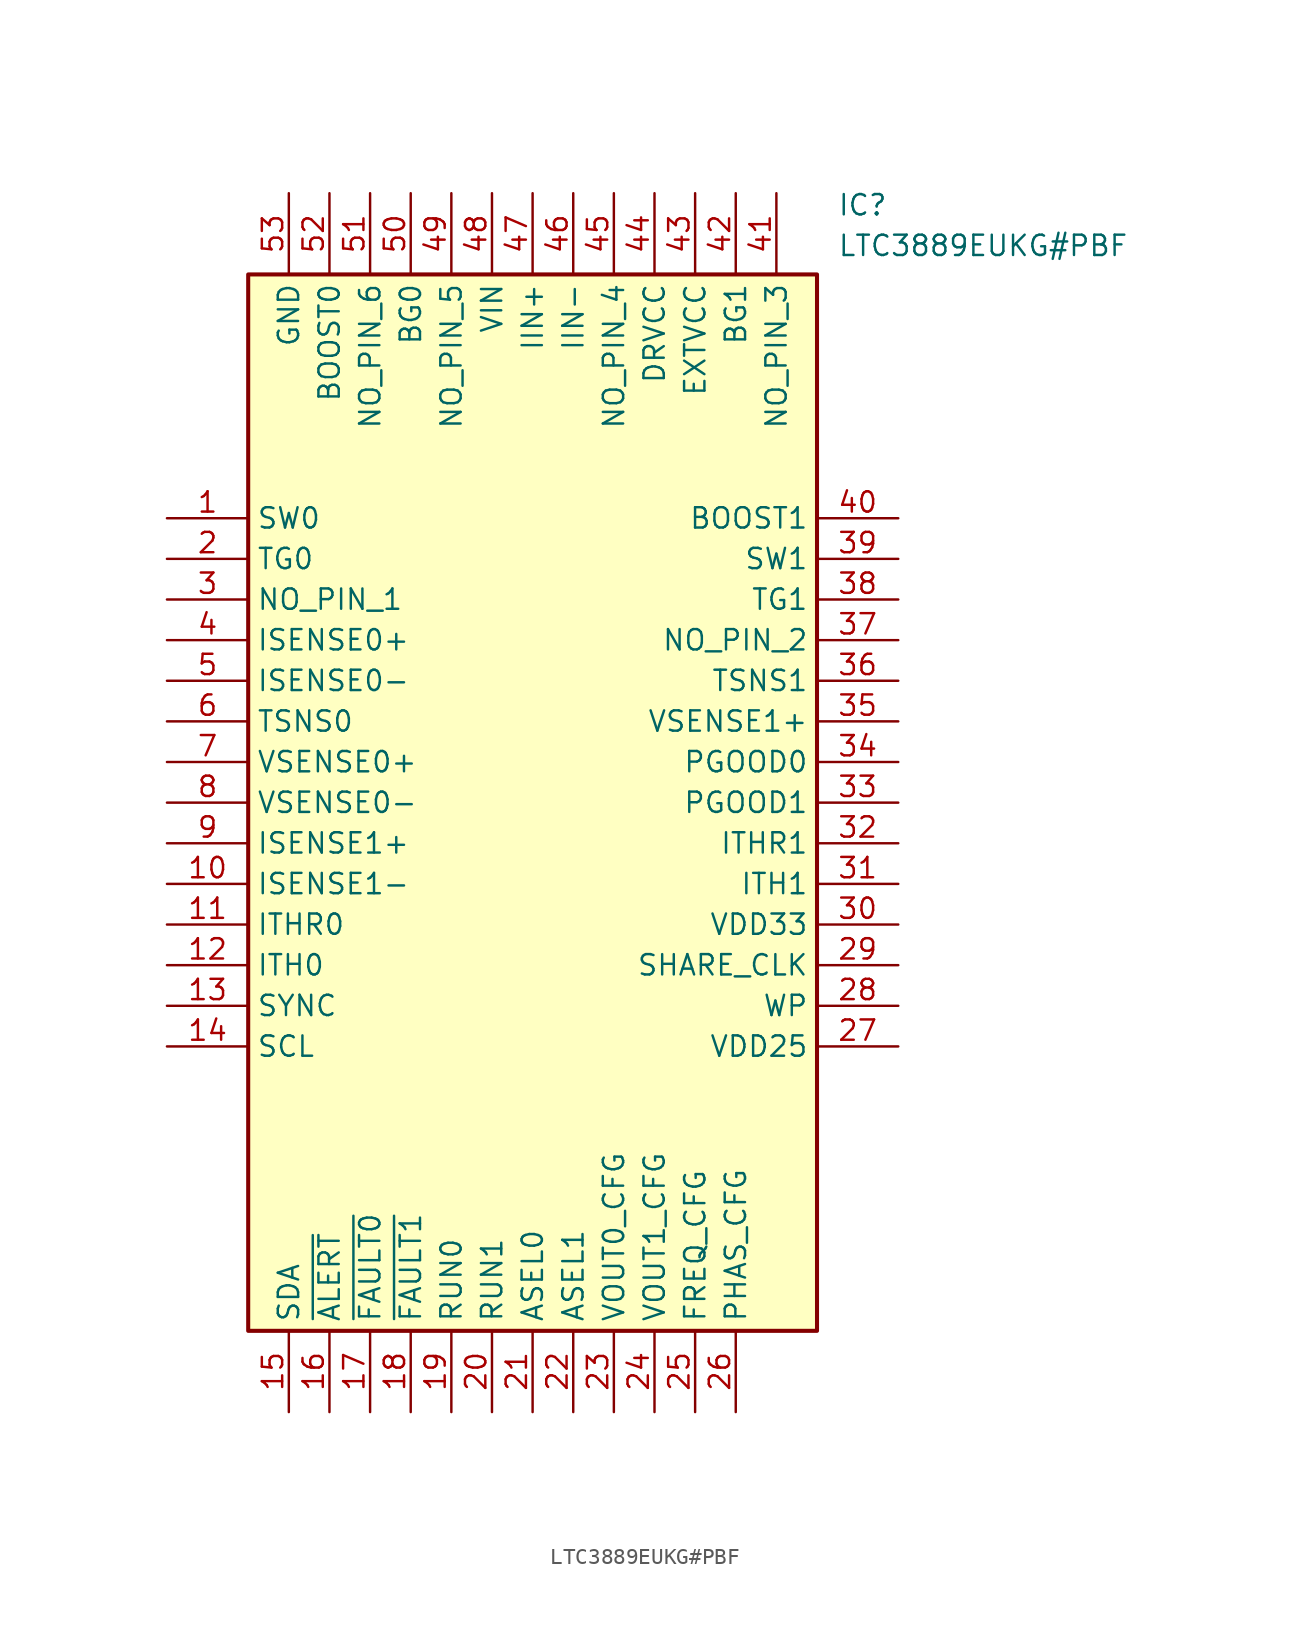
<source format=kicad_sym>
(kicad_symbol_lib
  (version 20211014)
  (generator SamacSys_ECAD_Model)
  (symbol "LTC3889EUKG#PBF"
    (property "Reference" "IC"
      (at 41.91 20.32 0)
      (effects (font (size 1.27 1.27)) (justify left top)))
    (property "Value" "LTC3889EUKG#PBF"
      (at 41.91 17.78 0)
      (effects (font (size 1.27 1.27)) (justify left top)))
    (rectangle
      (start 5.08 15.24)
      (end 40.64 -50.8)
      (stroke (width 0.254) (type default))
      (fill (type background)))
    (pin passive line
      (at 0 0 0)
      (length 5.08)
      (name "SW0" (effects (font (size 1.27 1.27))))
      (number "1" (effects (font (size 1.27 1.27)))))
    (pin passive line
      (at 0 -2.54 0)
      (length 5.08)
      (name "TG0" (effects (font (size 1.27 1.27))))
      (number "2" (effects (font (size 1.27 1.27)))))
    (pin passive line
      (at 0 -5.08 0)
      (length 5.08)
      (name "NO_PIN_1" (effects (font (size 1.27 1.27))))
      (number "3" (effects (font (size 1.27 1.27)))))
    (pin passive line
      (at 0 -7.62 0)
      (length 5.08)
      (name "ISENSE0+" (effects (font (size 1.27 1.27))))
      (number "4" (effects (font (size 1.27 1.27)))))
    (pin passive line
      (at 0 -10.16 0)
      (length 5.08)
      (name "ISENSE0-" (effects (font (size 1.27 1.27))))
      (number "5" (effects (font (size 1.27 1.27)))))
    (pin passive line
      (at 0 -12.7 0)
      (length 5.08)
      (name "TSNS0" (effects (font (size 1.27 1.27))))
      (number "6" (effects (font (size 1.27 1.27)))))
    (pin passive line
      (at 0 -15.24 0)
      (length 5.08)
      (name "VSENSE0+" (effects (font (size 1.27 1.27))))
      (number "7" (effects (font (size 1.27 1.27)))))
    (pin passive line
      (at 0 -17.78 0)
      (length 5.08)
      (name "VSENSE0-" (effects (font (size 1.27 1.27))))
      (number "8" (effects (font (size 1.27 1.27)))))
    (pin passive line
      (at 0 -20.32 0)
      (length 5.08)
      (name "ISENSE1+" (effects (font (size 1.27 1.27))))
      (number "9" (effects (font (size 1.27 1.27)))))
    (pin passive line
      (at 0 -22.86 0)
      (length 5.08)
      (name "ISENSE1-" (effects (font (size 1.27 1.27))))
      (number "10" (effects (font (size 1.27 1.27)))))
    (pin passive line
      (at 0 -25.4 0)
      (length 5.08)
      (name "ITHR0" (effects (font (size 1.27 1.27))))
      (number "11" (effects (font (size 1.27 1.27)))))
    (pin passive line
      (at 0 -27.94 0)
      (length 5.08)
      (name "ITH0" (effects (font (size 1.27 1.27))))
      (number "12" (effects (font (size 1.27 1.27)))))
    (pin passive line
      (at 0 -30.48 0)
      (length 5.08)
      (name "SYNC" (effects (font (size 1.27 1.27))))
      (number "13" (effects (font (size 1.27 1.27)))))
    (pin passive line
      (at 0 -33.02 0)
      (length 5.08)
      (name "SCL" (effects (font (size 1.27 1.27))))
      (number "14" (effects (font (size 1.27 1.27)))))
    (pin passive line
      (at 7.62 -55.88 90)
      (length 5.08)
      (name "SDA" (effects (font (size 1.27 1.27))))
      (number "15" (effects (font (size 1.27 1.27)))))
    (pin passive line
      (at 10.16 -55.88 90)
      (length 5.08)
      (name "~{ALERT}" (effects (font (size 1.27 1.27))))
      (number "16" (effects (font (size 1.27 1.27)))))
    (pin passive line
      (at 12.7 -55.88 90)
      (length 5.08)
      (name "~{FAULT0}" (effects (font (size 1.27 1.27))))
      (number "17" (effects (font (size 1.27 1.27)))))
    (pin passive line
      (at 15.24 -55.88 90)
      (length 5.08)
      (name "~{FAULT1}" (effects (font (size 1.27 1.27))))
      (number "18" (effects (font (size 1.27 1.27)))))
    (pin passive line
      (at 17.78 -55.88 90)
      (length 5.08)
      (name "RUN0" (effects (font (size 1.27 1.27))))
      (number "19" (effects (font (size 1.27 1.27)))))
    (pin passive line
      (at 20.32 -55.88 90)
      (length 5.08)
      (name "RUN1" (effects (font (size 1.27 1.27))))
      (number "20" (effects (font (size 1.27 1.27)))))
    (pin passive line
      (at 22.86 -55.88 90)
      (length 5.08)
      (name "ASEL0" (effects (font (size 1.27 1.27))))
      (number "21" (effects (font (size 1.27 1.27)))))
    (pin passive line
      (at 25.4 -55.88 90)
      (length 5.08)
      (name "ASEL1" (effects (font (size 1.27 1.27))))
      (number "22" (effects (font (size 1.27 1.27)))))
    (pin passive line
      (at 27.94 -55.88 90)
      (length 5.08)
      (name "VOUT0_CFG" (effects (font (size 1.27 1.27))))
      (number "23" (effects (font (size 1.27 1.27)))))
    (pin passive line
      (at 30.48 -55.88 90)
      (length 5.08)
      (name "VOUT1_CFG" (effects (font (size 1.27 1.27))))
      (number "24" (effects (font (size 1.27 1.27)))))
    (pin passive line
      (at 33.02 -55.88 90)
      (length 5.08)
      (name "FREQ_CFG" (effects (font (size 1.27 1.27))))
      (number "25" (effects (font (size 1.27 1.27)))))
    (pin passive line
      (at 35.56 -55.88 90)
      (length 5.08)
      (name "PHAS_CFG" (effects (font (size 1.27 1.27))))
      (number "26" (effects (font (size 1.27 1.27)))))
    (pin passive line
      (at 45.72 0 180)
      (length 5.08)
      (name "BOOST1" (effects (font (size 1.27 1.27))))
      (number "40" (effects (font (size 1.27 1.27)))))
    (pin passive line
      (at 45.72 -2.54 180)
      (length 5.08)
      (name "SW1" (effects (font (size 1.27 1.27))))
      (number "39" (effects (font (size 1.27 1.27)))))
    (pin passive line
      (at 45.72 -5.08 180)
      (length 5.08)
      (name "TG1" (effects (font (size 1.27 1.27))))
      (number "38" (effects (font (size 1.27 1.27)))))
    (pin passive line
      (at 45.72 -7.62 180)
      (length 5.08)
      (name "NO_PIN_2" (effects (font (size 1.27 1.27))))
      (number "37" (effects (font (size 1.27 1.27)))))
    (pin passive line
      (at 45.72 -10.16 180)
      (length 5.08)
      (name "TSNS1" (effects (font (size 1.27 1.27))))
      (number "36" (effects (font (size 1.27 1.27)))))
    (pin passive line
      (at 45.72 -12.7 180)
      (length 5.08)
      (name "VSENSE1+" (effects (font (size 1.27 1.27))))
      (number "35" (effects (font (size 1.27 1.27)))))
    (pin passive line
      (at 45.72 -15.24 180)
      (length 5.08)
      (name "PGOOD0" (effects (font (size 1.27 1.27))))
      (number "34" (effects (font (size 1.27 1.27)))))
    (pin passive line
      (at 45.72 -17.78 180)
      (length 5.08)
      (name "PGOOD1" (effects (font (size 1.27 1.27))))
      (number "33" (effects (font (size 1.27 1.27)))))
    (pin passive line
      (at 45.72 -20.32 180)
      (length 5.08)
      (name "ITHR1" (effects (font (size 1.27 1.27))))
      (number "32" (effects (font (size 1.27 1.27)))))
    (pin passive line
      (at 45.72 -22.86 180)
      (length 5.08)
      (name "ITH1" (effects (font (size 1.27 1.27))))
      (number "31" (effects (font (size 1.27 1.27)))))
    (pin passive line
      (at 45.72 -25.4 180)
      (length 5.08)
      (name "VDD33" (effects (font (size 1.27 1.27))))
      (number "30" (effects (font (size 1.27 1.27)))))
    (pin passive line
      (at 45.72 -27.94 180)
      (length 5.08)
      (name "SHARE_CLK" (effects (font (size 1.27 1.27))))
      (number "29" (effects (font (size 1.27 1.27)))))
    (pin passive line
      (at 45.72 -30.48 180)
      (length 5.08)
      (name "WP" (effects (font (size 1.27 1.27))))
      (number "28" (effects (font (size 1.27 1.27)))))
    (pin passive line
      (at 45.72 -33.02 180)
      (length 5.08)
      (name "VDD25" (effects (font (size 1.27 1.27))))
      (number "27" (effects (font (size 1.27 1.27)))))
    (pin passive line
      (at 7.62 20.32 270)
      (length 5.08)
      (name "GND" (effects (font (size 1.27 1.27))))
      (number "53" (effects (font (size 1.27 1.27)))))
    (pin passive line
      (at 10.16 20.32 270)
      (length 5.08)
      (name "BOOST0" (effects (font (size 1.27 1.27))))
      (number "52" (effects (font (size 1.27 1.27)))))
    (pin passive line
      (at 12.7 20.32 270)
      (length 5.08)
      (name "NO_PIN_6" (effects (font (size 1.27 1.27))))
      (number "51" (effects (font (size 1.27 1.27)))))
    (pin passive line
      (at 15.24 20.32 270)
      (length 5.08)
      (name "BG0" (effects (font (size 1.27 1.27))))
      (number "50" (effects (font (size 1.27 1.27)))))
    (pin passive line
      (at 17.78 20.32 270)
      (length 5.08)
      (name "NO_PIN_5" (effects (font (size 1.27 1.27))))
      (number "49" (effects (font (size 1.27 1.27)))))
    (pin passive line
      (at 20.32 20.32 270)
      (length 5.08)
      (name "VIN" (effects (font (size 1.27 1.27))))
      (number "48" (effects (font (size 1.27 1.27)))))
    (pin passive line
      (at 22.86 20.32 270)
      (length 5.08)
      (name "IIN+" (effects (font (size 1.27 1.27))))
      (number "47" (effects (font (size 1.27 1.27)))))
    (pin passive line
      (at 25.4 20.32 270)
      (length 5.08)
      (name "IIN-" (effects (font (size 1.27 1.27))))
      (number "46" (effects (font (size 1.27 1.27)))))
    (pin passive line
      (at 27.94 20.32 270)
      (length 5.08)
      (name "NO_PIN_4" (effects (font (size 1.27 1.27))))
      (number "45" (effects (font (size 1.27 1.27)))))
    (pin passive line
      (at 30.48 20.32 270)
      (length 5.08)
      (name "DRVCC" (effects (font (size 1.27 1.27))))
      (number "44" (effects (font (size 1.27 1.27)))))
    (pin passive line
      (at 33.02 20.32 270)
      (length 5.08)
      (name "EXTVCC" (effects (font (size 1.27 1.27))))
      (number "43" (effects (font (size 1.27 1.27)))))
    (pin passive line
      (at 35.56 20.32 270)
      (length 5.08)
      (name "BG1" (effects (font (size 1.27 1.27))))
      (number "42" (effects (font (size 1.27 1.27)))))
    (pin passive line
      (at 38.1 20.32 270)
      (length 5.08)
      (name "NO_PIN_3" (effects (font (size 1.27 1.27))))
      (number "41" (effects (font (size 1.27 1.27)))))))
</source>
